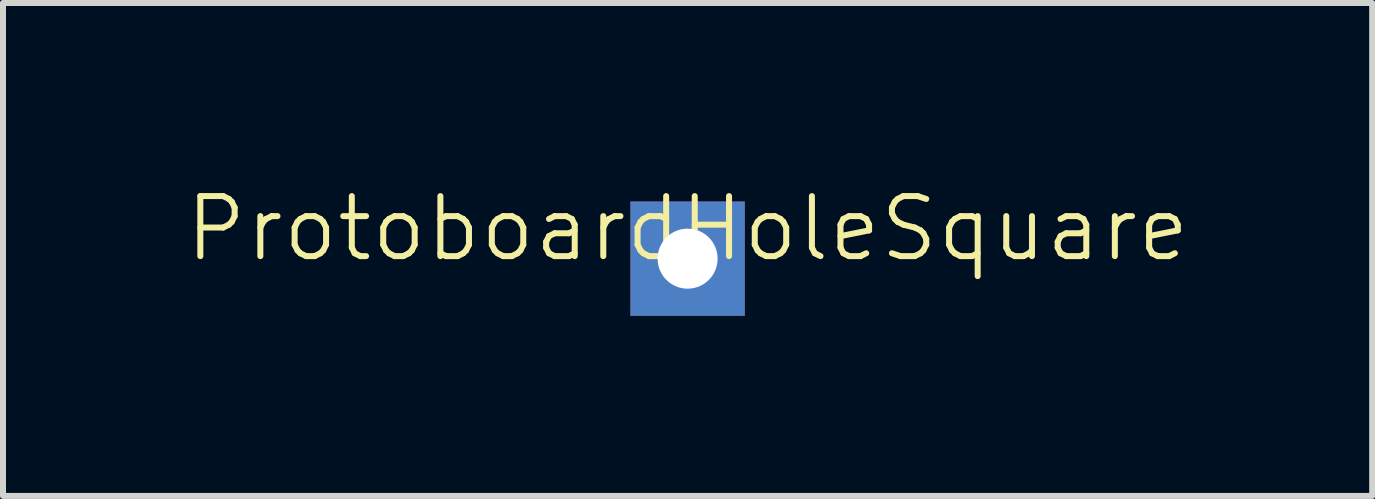
<source format=kicad_pcb>
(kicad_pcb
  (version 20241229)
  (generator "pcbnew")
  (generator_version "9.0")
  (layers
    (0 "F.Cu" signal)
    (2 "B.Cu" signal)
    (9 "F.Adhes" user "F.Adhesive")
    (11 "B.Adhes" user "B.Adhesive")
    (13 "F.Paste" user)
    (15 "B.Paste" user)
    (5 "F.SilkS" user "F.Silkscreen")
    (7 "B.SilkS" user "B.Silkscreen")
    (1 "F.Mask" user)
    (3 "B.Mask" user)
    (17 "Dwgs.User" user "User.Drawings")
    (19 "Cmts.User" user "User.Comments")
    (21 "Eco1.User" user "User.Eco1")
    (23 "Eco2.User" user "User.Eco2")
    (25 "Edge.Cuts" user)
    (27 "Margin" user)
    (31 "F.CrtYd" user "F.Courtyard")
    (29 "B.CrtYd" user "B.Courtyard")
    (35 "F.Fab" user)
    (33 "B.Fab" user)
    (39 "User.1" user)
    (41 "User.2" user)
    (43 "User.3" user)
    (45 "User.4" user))
  (footprint "ProtoboardHoleSquare"
    (layer "F.Cu")
    (at 8.407 1.26)
    (property "Reference" "ProtoboardHoleSquare" (at 0 -0.5 0) (unlocked yes) (layer "F.SilkS") (effects (font (size 1 1) (thickness 0.1))))
    (attr through_hole)
    (pad "1" thru_hole rect (at 0 0) (size 1.905 1.905) (drill 1) (layers "*.Cu" "*.Mask")))
  (gr_rect
    (start -3 -3)
    (end 19.814 5.213)
    (stroke (width 0.1) (type default))
    (fill no)
    (layer "Edge.Cuts")))
</source>
